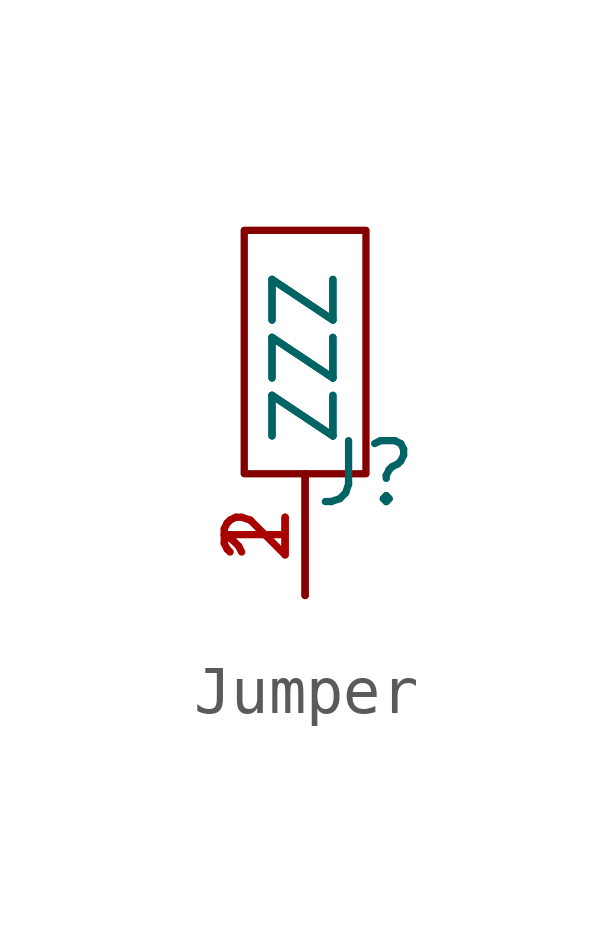
<source format=kicad_sym>
(kicad_symbol_lib
  (version 20220914)
  (generator kicad_symbol_editor)
  (symbol "Jumper"
    (property "Reference" "J"
      (at 0 0 0)
      (effects (font (size 1.27 1.27))))
    (property "Value" ""
      (at 0 0 0)
      (effects (font (size 1.27 1.27))))
    (symbol "Jumper_0_1"
      (rectangle (start -2.54 5.08) (end 0 0) (stroke (width 0) (type default)) (fill (type none))))
    (symbol "Jumper_1_1"
      (pin bidirectional line (at -1.27 -2.54 90) (length 2.54) (name "ZZZ" (effects (font (size 1.27 1.27)))) (number "1" (effects (font (size 1.27 1.27)))))
      (pin bidirectional line (at -1.27 -2.54 90) (length 2.54) (name "ZZZ" (effects (font (size 1.27 1.27)))) (number "2" (effects (font (size 1.27 1.27))))))))
</source>
